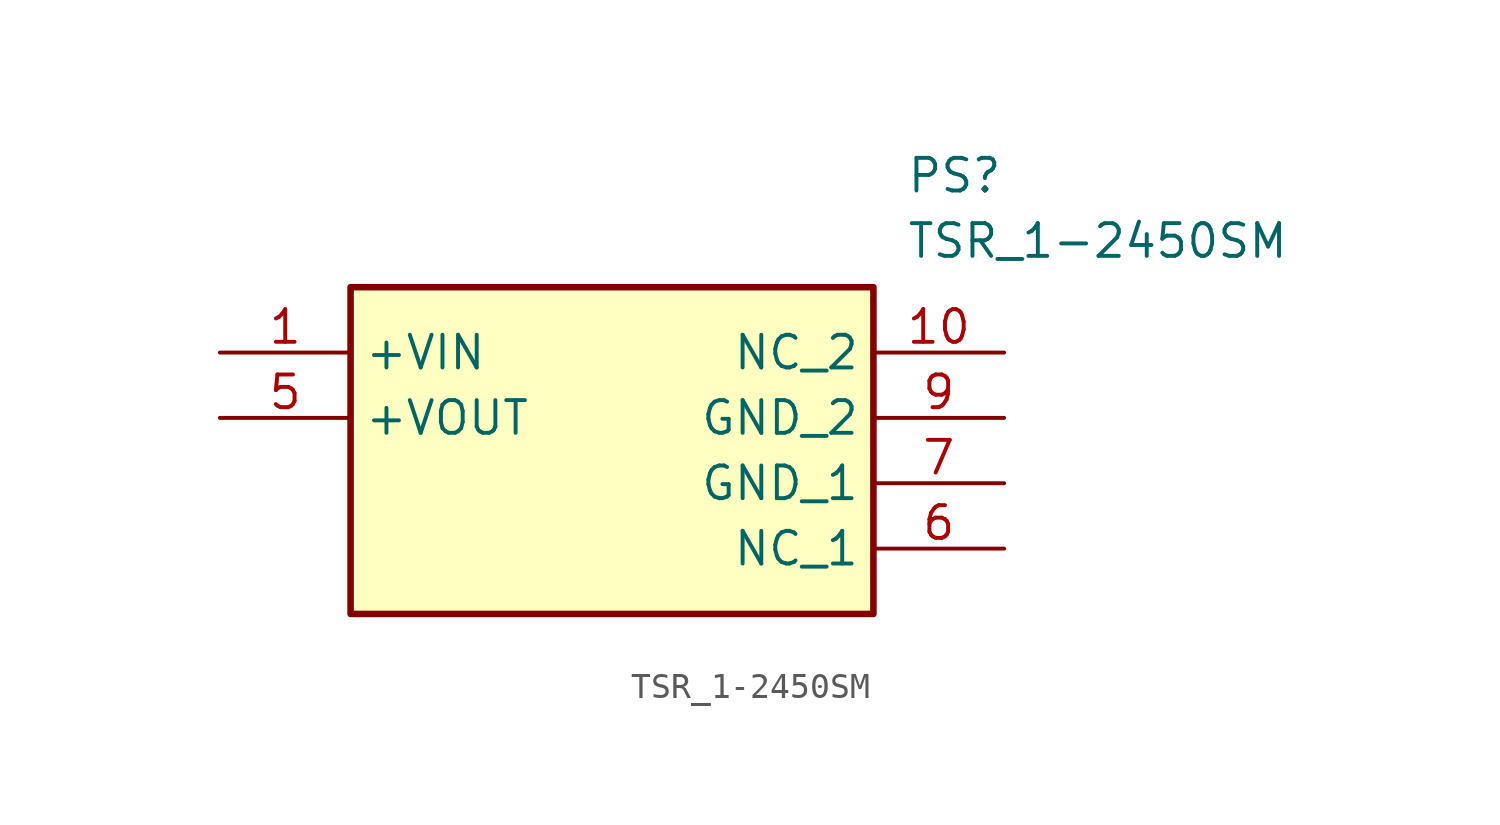
<source format=kicad_sym>
(kicad_symbol_lib
  (version 20211014)
  (generator SamacSys_ECAD_Model)
  (symbol "TSR_1-2450SM"
    (property "Reference" "PS"
      (at 26.67 7.62 0)
      (effects (font (size 1.27 1.27)) (justify left top)))
    (property "Value" "TSR_1-2450SM"
      (at 26.67 5.08 0)
      (effects (font (size 1.27 1.27)) (justify left top)))
    (rectangle
      (start 5.08 2.54)
      (end 25.4 -10.16)
      (stroke (width 0.254) (type default))
      (fill (type background)))
    (pin passive line
      (at 0 0 0)
      (length 5.08)
      (name "+VIN" (effects (font (size 1.27 1.27))))
      (number "1" (effects (font (size 1.27 1.27)))))
    (pin passive line
      (at 0 -2.54 0)
      (length 5.08)
      (name "+VOUT" (effects (font (size 1.27 1.27))))
      (number "5" (effects (font (size 1.27 1.27)))))
    (pin passive line
      (at 30.48 -7.62 180)
      (length 5.08)
      (name "NC_1" (effects (font (size 1.27 1.27))))
      (number "6" (effects (font (size 1.27 1.27)))))
    (pin passive line
      (at 30.48 -5.08 180)
      (length 5.08)
      (name "GND_1" (effects (font (size 1.27 1.27))))
      (number "7" (effects (font (size 1.27 1.27)))))
    (pin passive line
      (at 30.48 -2.54 180)
      (length 5.08)
      (name "GND_2" (effects (font (size 1.27 1.27))))
      (number "9" (effects (font (size 1.27 1.27)))))
    (pin passive line
      (at 30.48 0 180)
      (length 5.08)
      (name "NC_2" (effects (font (size 1.27 1.27))))
      (number "10" (effects (font (size 1.27 1.27)))))))
</source>
